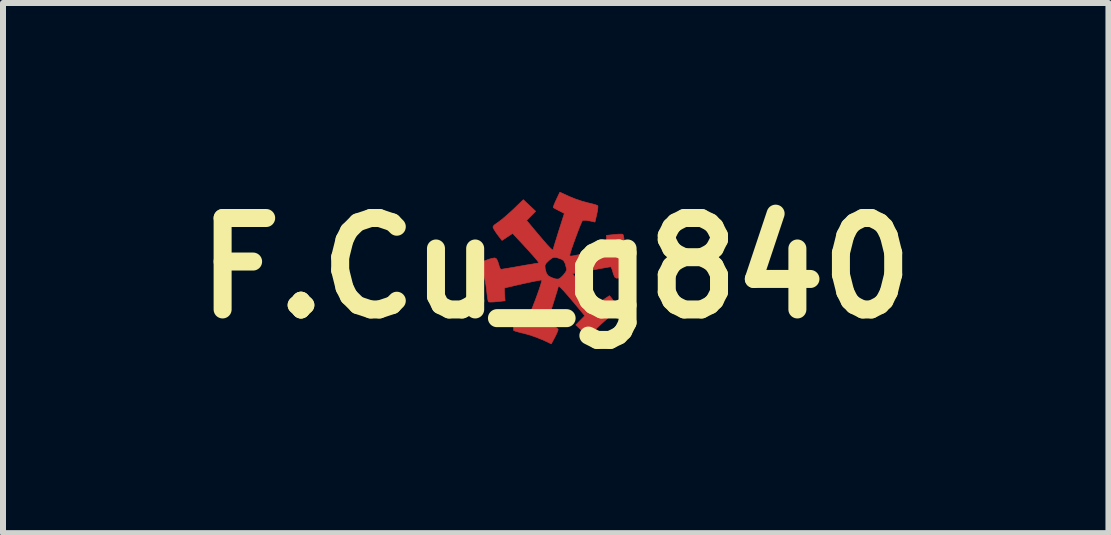
<source format=kicad_pcb>
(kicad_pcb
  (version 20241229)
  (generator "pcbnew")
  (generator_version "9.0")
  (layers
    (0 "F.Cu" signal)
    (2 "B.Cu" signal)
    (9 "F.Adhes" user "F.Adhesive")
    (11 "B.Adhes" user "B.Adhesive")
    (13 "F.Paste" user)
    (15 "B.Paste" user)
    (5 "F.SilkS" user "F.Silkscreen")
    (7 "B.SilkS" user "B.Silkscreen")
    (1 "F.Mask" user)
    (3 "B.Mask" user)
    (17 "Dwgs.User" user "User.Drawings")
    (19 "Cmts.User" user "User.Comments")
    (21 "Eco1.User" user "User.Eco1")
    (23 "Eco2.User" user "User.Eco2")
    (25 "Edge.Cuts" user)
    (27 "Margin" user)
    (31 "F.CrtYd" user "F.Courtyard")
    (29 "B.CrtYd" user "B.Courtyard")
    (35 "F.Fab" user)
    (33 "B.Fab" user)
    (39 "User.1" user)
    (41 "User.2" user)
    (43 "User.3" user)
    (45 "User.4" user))
  (footprint "F.Cu_g840"
    (layer "F.Cu")
    (at 6.212 1.418)
    (property "Reference" "F.Cu_g840" (at 0 0 0) (layer "F.SilkS") (effects (font (size 1.524 1.524) (thickness 0.3))))
    (attr through_hole)
    (fp_poly (pts (xy 0.226 -1.193) (xy 0.327 -1.152) (xy 0.439 -1.114) (xy 0.536 -1.088) (xy 0.611 -1.07) (xy 0.67 -1.053) (xy 0.7 -1.041) (xy 0.701 -1.04) (xy 0.703 -1.014) (xy 0.697 -0.959) (xy 0.684 -0.897) (xy 0.654 -0.767) (xy 0.558 -0.788) (xy 0.497 -0.797) (xy 0.455 -0.795) (xy 0.445 -0.791) (xy 0.431 -0.764) (xy 0.407 -0.707) (xy 0.376 -0.629) (xy 0.342 -0.538) (xy 0.308 -0.445) (xy 0.277 -0.359) (xy 0.254 -0.29) (xy 0.242 -0.249) (xy 0.236 -0.227) (xy 0.234 -0.211) (xy 0.24 -0.202) (xy 0.261 -0.2) (xy 0.301 -0.206) (xy 0.366 -0.219) (xy 0.462 -0.241) (xy 0.593 -0.27) (xy 0.603 -0.273) (xy 0.857 -0.33) (xy 0.851 -0.437) (xy 0.844 -0.545) (xy 0.973 -0.559) (xy 1.043 -0.565) (xy 1.097 -0.566) (xy 1.119 -0.563) (xy 1.129 -0.538) (xy 1.139 -0.482) (xy 1.148 -0.405) (xy 1.15 -0.387) (xy 1.163 -0.282) (xy 1.184 -0.171) (xy 1.206 -0.085) (xy 1.228 -0.011) (xy 1.243 0.047) (xy 1.249 0.077) (xy 1.23 0.097) (xy 1.184 0.121) (xy 1.124 0.144) (xy 1.063 0.162) (xy 1.015 0.169) (xy 0.985 0.152) (xy 0.961 0.098) (xy 0.955 0.074) (xy 0.938 0.018) (xy 0.922 -0.016) (xy 0.916 -0.021) (xy 0.891 -0.018) (xy 0.832 -0.008) (xy 0.747 0.007) (xy 0.643 0.026) (xy 0.589 0.035) (xy 0.277 0.092) (xy 0.331 0.156) (xy 0.368 0.198) (xy 0.425 0.261) (xy 0.494 0.337) (xy 0.551 0.399) (xy 0.718 0.578) (xy 0.807 0.519) (xy 0.897 0.46) (xy 0.941 0.515) (xy 0.985 0.576) (xy 1.022 0.633) (xy 1.059 0.696) (xy 0.958 0.765) (xy 0.898 0.81) (xy 0.821 0.875) (xy 0.739 0.949) (xy 0.698 0.987) (xy 0.54 1.14) (xy 0.438 1.044) (xy 0.335 0.947) (xy 0.485 0.794) (xy 0.299 0.571) (xy 0.205 0.461) (xy 0.135 0.381) (xy 0.086 0.33) (xy 0.056 0.305) (xy 0.043 0.304) (xy 0.042 0.31) (xy 0.036 0.335) (xy 0.019 0.394) (xy -0.007 0.477) (xy -0.038 0.578) (xy -0.052 0.62) (xy -0.145 0.912) (xy -0.051 0.958) (xy 0.003 0.988) (xy 0.036 1.015) (xy 0.041 1.026) (xy 0.031 1.055) (xy 0.007 1.109) (xy -0.017 1.156) (xy -0.074 1.263) (xy -0.222 1.194) (xy -0.324 1.153) (xy -0.439 1.113) (xy -0.529 1.089) (xy -0.607 1.07) (xy -0.667 1.053) (xy -0.699 1.041) (xy -0.701 1.04) (xy -0.703 1.014) (xy -0.697 0.959) (xy -0.684 0.897) (xy -0.654 0.767) (xy -0.558 0.788) (xy -0.497 0.797) (xy -0.455 0.795) (xy -0.445 0.791) (xy -0.432 0.764) (xy -0.408 0.707) (xy -0.377 0.629) (xy -0.342 0.539) (xy -0.308 0.446) (xy -0.278 0.361) (xy -0.255 0.292) (xy -0.243 0.251) (xy -0.23 0.196) (xy -0.332 0.215) (xy -0.398 0.228) (xy -0.49 0.248) (xy -0.593 0.271) (xy -0.646 0.283) (xy -0.857 0.332) (xy -0.851 0.438) (xy -0.844 0.545) (xy -0.973 0.559) (xy -1.044 0.565) (xy -1.097 0.566) (xy -1.119 0.563) (xy -1.129 0.538) (xy -1.139 0.482) (xy -1.148 0.405) (xy -1.15 0.387) (xy -1.163 0.282) (xy -1.184 0.171) (xy -1.206 0.085) (xy -1.228 0.011) (xy -1.243 -0.047) (xy -1.249 -0.077) (xy -1.23 -0.097) (xy -1.184 -0.121) (xy -1.124 -0.144) (xy -1.063 -0.162) (xy -1.015 -0.169) (xy -0.985 -0.152) (xy -0.961 -0.098) (xy -0.955 -0.074) (xy -0.937 -0.018) (xy -0.921 0.016) (xy -0.915 0.021) (xy -0.889 0.018) (xy -0.83 0.008) (xy -0.744 -0.006) (xy -0.641 -0.024) (xy -0.597 -0.032) (xy -0.527 -0.044) (xy -0.179 -0.044) (xy -0.177 0.000458) (xy -0.176 0.007) (xy -0.157 0.081) (xy -0.127 0.126) (xy -0.077 0.155) (xy -0.06 0.162) (xy 0.003 0.182) (xy 0.045 0.183) (xy 0.083 0.16) (xy 0.124 0.12) (xy 0.162 0.072) (xy 0.182 0.032) (xy 0.182 0.019) (xy 0.171 -0.023) (xy 0.16 -0.07) (xy 0.133 -0.122) (xy 0.1 -0.146) (xy 0.027 -0.172) (xy -0.021 -0.18) (xy -0.059 -0.169) (xy -0.1 -0.138) (xy -0.114 -0.126) (xy -0.16 -0.081) (xy -0.179 -0.044) (xy -0.527 -0.044) (xy -0.489 -0.051) (xy -0.396 -0.066) (xy -0.327 -0.078) (xy -0.288 -0.084) (xy -0.283 -0.085) (xy -0.287 -0.098) (xy -0.317 -0.138) (xy -0.375 -0.205) (xy -0.461 -0.301) (xy -0.551 -0.399) (xy -0.718 -0.578) (xy -0.806 -0.52) (xy -0.895 -0.461) (xy -0.943 -0.522) (xy -0.987 -0.581) (xy -1.025 -0.639) (xy -1.025 -0.639) (xy -1.043 -0.672) (xy -1.043 -0.696) (xy -1.02 -0.721) (xy -0.968 -0.758) (xy -0.958 -0.765) (xy -0.898 -0.81) (xy -0.821 -0.875) (xy -0.739 -0.949) (xy -0.698 -0.987) (xy -0.54 -1.14) (xy -0.438 -1.044) (xy -0.335 -0.947) (xy -0.485 -0.794) (xy -0.299 -0.571) (xy -0.205 -0.461) (xy -0.135 -0.381) (xy -0.086 -0.33) (xy -0.056 -0.305) (xy -0.043 -0.304) (xy -0.042 -0.31) (xy -0.036 -0.335) (xy -0.019 -0.394) (xy 0.007 -0.477) (xy 0.038 -0.578) (xy 0.051 -0.62) (xy 0.144 -0.911) (xy 0.056 -0.956) (xy 0.002 -0.984) (xy -0.034 -1.004) (xy -0.041 -1.008) (xy -0.037 -1.03) (xy -0.018 -1.079) (xy 0.01 -1.141) (xy 0.069 -1.265) (xy 0.226 -1.193)) (stroke (width 0.01) (type solid)) (fill yes) (layer "F.Cu")))
  (gr_rect
    (start -3 -3)
    (end 15.424 5.836)
    (stroke (width 0.1) (type default))
    (fill no)
    (layer "Edge.Cuts")))
</source>
